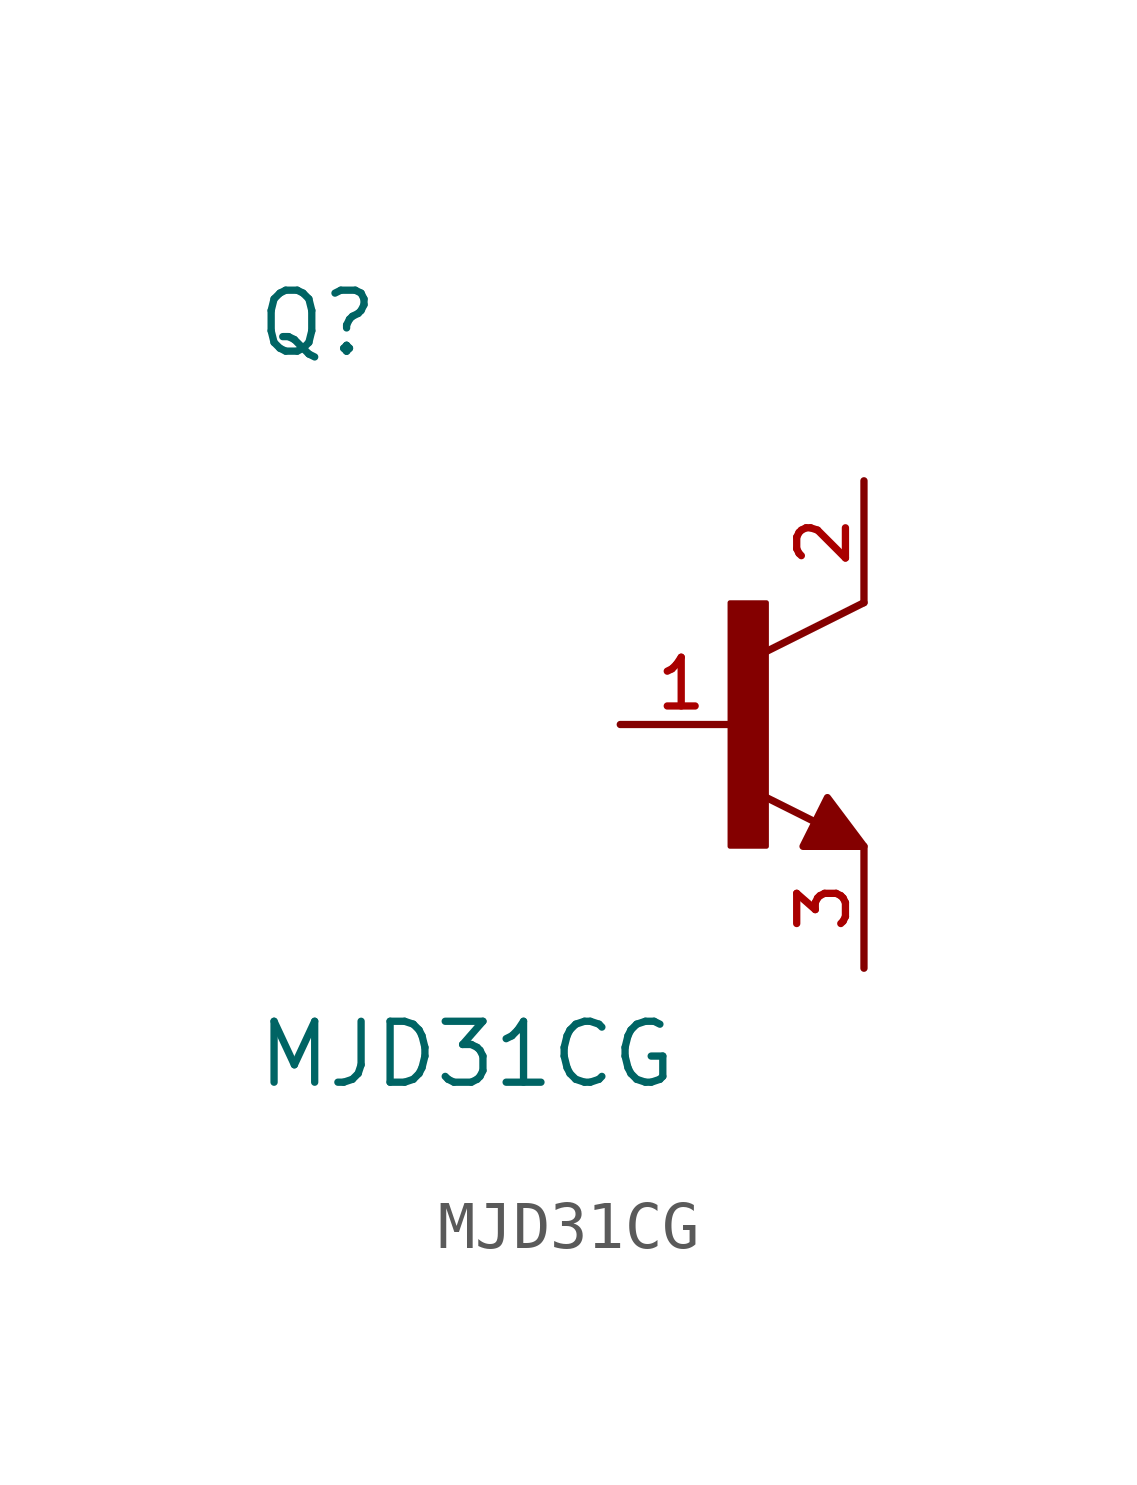
<source format=kicad_sym>
(kicad_symbol_lib
  (version 20211014)
  (generator kicad_symbol_editor)
  (symbol "MJD31CG"
    (pin_names
      (offset 1.016))
    (property "Reference" "Q"
      (at -10.16 7.62 0)
      (effects (font (size 1.27 1.27)) (justify bottom left)))
    (property "Value" "MJD31CG"
      (at -10.16 -7.62 0)
      (effects (font (size 1.27 1.27)) (justify bottom left)))
    (symbol "MJD31CG_0_0"
      (polyline (pts (xy 2.54 2.54) (xy 0.508 1.524)) (stroke (width 0.152)))
      (polyline (pts (xy 1.54 -2.04) (xy 0.308 -1.424)) (stroke (width 0.152)))
      (rectangle (start -0.254 -2.54) (end 0.508 2.54) (stroke (width 0.1)) (fill (type outline)))
      (polyline (pts (xy 1.27 -2.54) (xy 1.778 -1.524) (xy 2.54 -2.54) (xy 1.27 -2.54)) (stroke (width 0.152)) (fill (type outline)))
      (pin passive line (at -2.54 0.0 0) (length 2.54) (name "~" (effects (font (size 1.016 1.016)))) (number "1" (effects (font (size 1.016 1.016)))))
      (pin passive line (at 2.54 -5.08 90.0) (length 2.54) (name "~" (effects (font (size 1.016 1.016)))) (number "3" (effects (font (size 1.016 1.016)))))
      (pin passive line (at 2.54 5.08 270.0) (length 2.54) (name "~" (effects (font (size 1.016 1.016)))) (number "2" (effects (font (size 1.016 1.016))))))))
</source>
